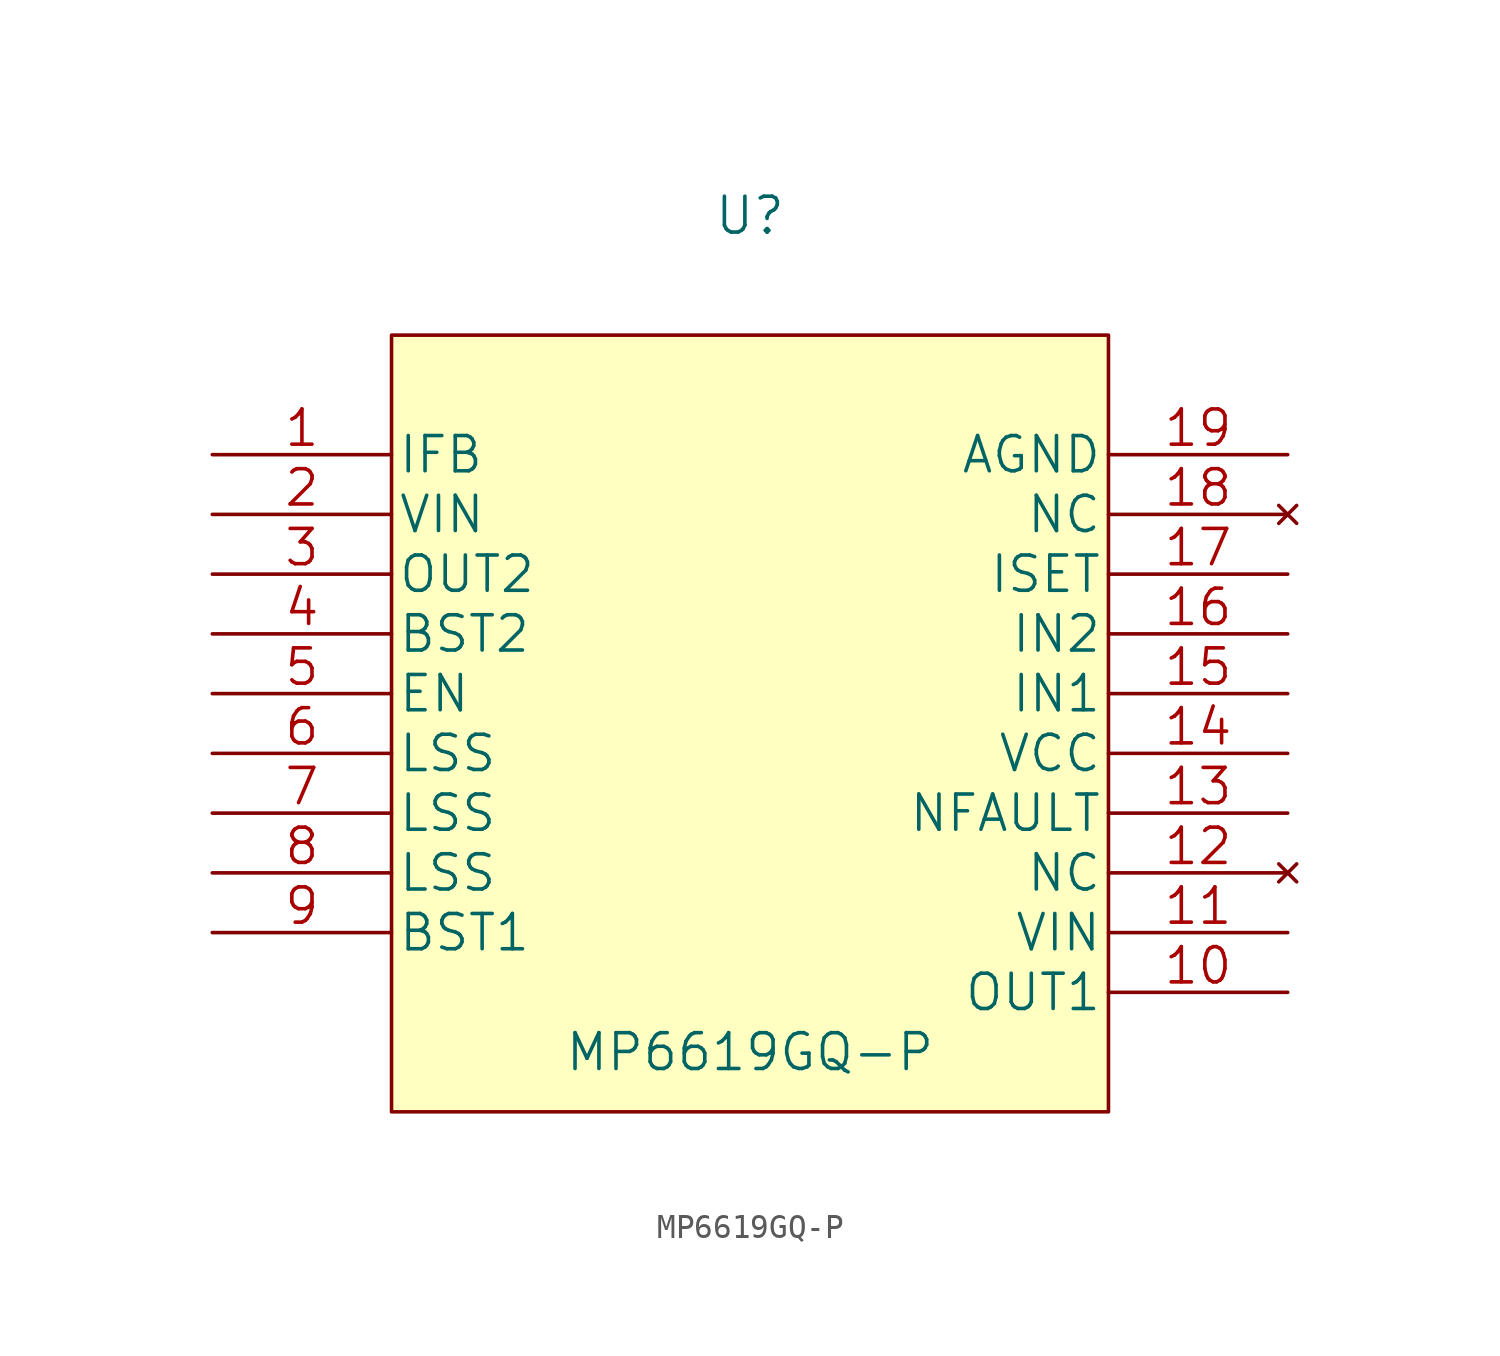
<source format=kicad_sym>
(kicad_symbol_lib
  (version 20211014)
  (generator kicad_symbol_editor)
  (symbol "MP6619GQ-P"
    (pin_names
      (offset 0.254))
    (property "Reference" "U"
      (at 22.86 10.16 0)
      (effects (font (size 1.524 1.524))))
    (property "Value" "MP6619GQ-P"
      (at 22.86 -25.4 0)
      (effects (font (size 1.524 1.524))))
    (property "Datasheet" ""
      (at 0 0 0)
      (effects (font (size 1.524 1.524))))
    (property "ki_locked" ""
      (at 0 0 0)
      (effects (font (size 1.27 1.27))))
    (symbol "MP6619GQ-P_1_1"
      (rectangle (start 7.62 5.08) (end 38.1 -27.94) (stroke (width 0.152) (type default) (color 0 0 0 0)) (fill (type background)))
      (pin unspecified line (at 0 0 0) (length 7.62) (name "IFB" (effects (font (size 1.499 1.499)))) (number "1" (effects (font (size 1.499 1.499)))))
      (pin output line (at 45.72 -22.86 180) (length 7.62) (name "OUT1" (effects (font (size 1.499 1.499)))) (number "10" (effects (font (size 1.499 1.499)))))
      (pin power_in line (at 45.72 -20.32 180) (length 7.62) (name "VIN" (effects (font (size 1.499 1.499)))) (number "11" (effects (font (size 1.499 1.499)))))
      (pin no_connect line (at 45.72 -17.78 180) (length 7.62) (name "NC" (effects (font (size 1.499 1.499)))) (number "12" (effects (font (size 1.499 1.499)))))
      (pin output line (at 45.72 -15.24 180) (length 7.62) (name "NFAULT" (effects (font (size 1.499 1.499)))) (number "13" (effects (font (size 1.499 1.499)))))
      (pin power_in line (at 45.72 -12.7 180) (length 7.62) (name "VCC" (effects (font (size 1.499 1.499)))) (number "14" (effects (font (size 1.499 1.499)))))
      (pin input line (at 45.72 -10.16 180) (length 7.62) (name "IN1" (effects (font (size 1.499 1.499)))) (number "15" (effects (font (size 1.499 1.499)))))
      (pin input line (at 45.72 -7.62 180) (length 7.62) (name "IN2" (effects (font (size 1.499 1.499)))) (number "16" (effects (font (size 1.499 1.499)))))
      (pin unspecified line (at 45.72 -5.08 180) (length 7.62) (name "ISET" (effects (font (size 1.499 1.499)))) (number "17" (effects (font (size 1.499 1.499)))))
      (pin no_connect line (at 45.72 -2.54 180) (length 7.62) (name "NC" (effects (font (size 1.499 1.499)))) (number "18" (effects (font (size 1.499 1.499)))))
      (pin power_in line (at 45.72 0 180) (length 7.62) (name "AGND" (effects (font (size 1.499 1.499)))) (number "19" (effects (font (size 1.499 1.499)))))
      (pin power_in line (at 0 -2.54 0) (length 7.62) (name "VIN" (effects (font (size 1.499 1.499)))) (number "2" (effects (font (size 1.499 1.499)))))
      (pin output line (at 0 -5.08 0) (length 7.62) (name "OUT2" (effects (font (size 1.499 1.499)))) (number "3" (effects (font (size 1.499 1.499)))))
      (pin unspecified line (at 0 -7.62 0) (length 7.62) (name "BST2" (effects (font (size 1.499 1.499)))) (number "4" (effects (font (size 1.499 1.499)))))
      (pin unspecified line (at 0 -10.16 0) (length 7.62) (name "EN" (effects (font (size 1.499 1.499)))) (number "5" (effects (font (size 1.499 1.499)))))
      (pin unspecified line (at 0 -12.7 0) (length 7.62) (name "LSS" (effects (font (size 1.499 1.499)))) (number "6" (effects (font (size 1.499 1.499)))))
      (pin unspecified line (at 0 -15.24 0) (length 7.62) (name "LSS" (effects (font (size 1.499 1.499)))) (number "7" (effects (font (size 1.499 1.499)))))
      (pin unspecified line (at 0 -17.78 0) (length 7.62) (name "LSS" (effects (font (size 1.499 1.499)))) (number "8" (effects (font (size 1.499 1.499)))))
      (pin unspecified line (at 0 -20.32 0) (length 7.62) (name "BST1" (effects (font (size 1.499 1.499)))) (number "9" (effects (font (size 1.499 1.499))))))))
</source>
